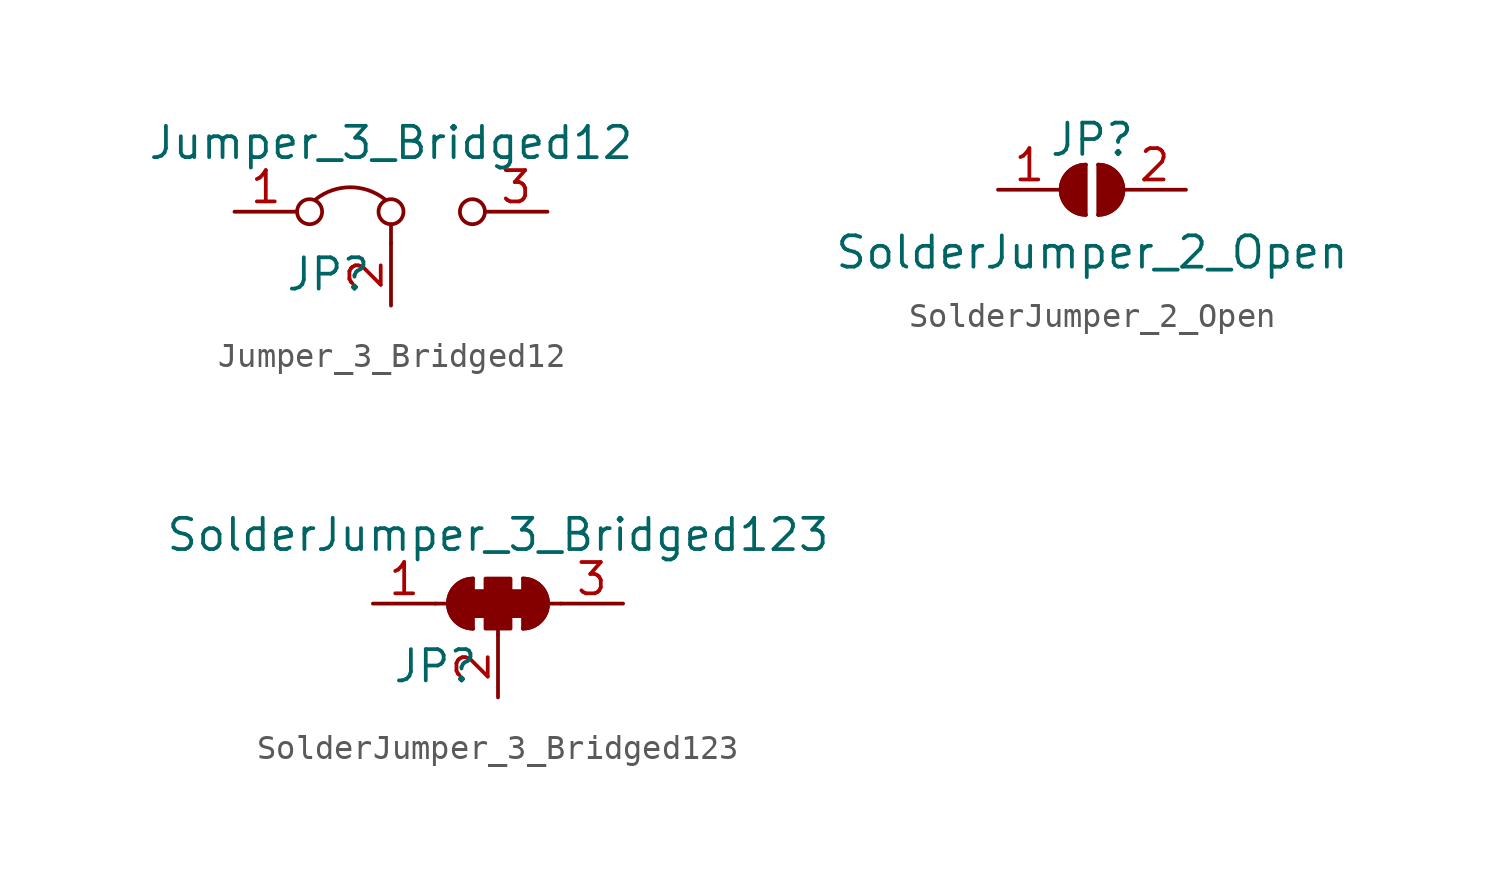
<source format=kicad_sym>
(kicad_symbol_lib
  (version 20201005)
  (generator kicad_symbol_editor)
  (symbol "Jumper_3_Bridged12"
    (pin_names
      (offset 0) hide)
    (property "Reference" "JP"
      (at -2.54 -2.54 0)
      (effects (font (size 1.27 1.27))))
    (property "Value" "Jumper_3_Bridged12"
      (at 0 2.794 0)
      (effects (font (size 1.27 1.27))))
    (symbol "Jumper_3_Bridged12_0_0"
      (circle (center -3.302 0) (radius 0.508) (stroke (width 0)) (fill (type none)))
      (circle (center 0 0) (radius 0.508) (stroke (width 0)) (fill (type none)))
      (circle (center 3.302 0) (radius 0.508) (stroke (width 0)) (fill (type none))))
    (symbol "Jumper_3_Bridged12_0_1"
      (arc (start -3.048 0.508) (end -0.254 0.508) (radius (at -1.651 -1.27) (length 2.2606) (angles 128.2 51.8)) (stroke (width 0)) (fill (type none)))
      (polyline (pts (xy 0 -1.27) (xy 0 -0.508)) (stroke (width 0)) (fill (type none))))
    (symbol "Jumper_3_Bridged12_1_1"
      (pin passive line (at -6.35 0 0) (length 2.54) (name "A" (effects (font (size 1.27 1.27)))) (number "1" (effects (font (size 1.27 1.27)))))
      (pin input line (at 0 -3.81 90) (length 2.54) (name "C" (effects (font (size 1.27 1.27)))) (number "2" (effects (font (size 1.27 1.27)))))
      (pin passive line (at 6.35 0 180) (length 2.54) (name "B" (effects (font (size 1.27 1.27)))) (number "3" (effects (font (size 1.27 1.27)))))))
  (symbol "SolderJumper_2_Open"
    (pin_names
      (offset 0) hide)
    (property "Reference" "JP"
      (at 0 2.032 0)
      (effects (font (size 1.27 1.27))))
    (property "Value" "SolderJumper_2_Open"
      (at 0 -2.54 0)
      (effects (font (size 1.27 1.27))))
    (symbol "SolderJumper_2_Open_0_1"
      (arc (start -0.254 1.016) (end -0.254 -1.016) (radius (at -0.254 0) (length 1.016) (angles 90.1 -90.1)) (stroke (width 0)) (fill (type none)))
      (arc (start -0.254 1.016) (end -0.254 -1.016) (radius (at -0.254 0) (length 1.016) (angles 90.1 -90.1)) (stroke (width 0)) (fill (type outline)))
      (arc (start 0.254 -1.016) (end 0.254 1.016) (radius (at 0.254 0) (length 1.016) (angles -89.9 89.9)) (stroke (width 0)) (fill (type none)))
      (arc (start 0.254 -1.016) (end 0.254 1.016) (radius (at 0.254 0) (length 1.016) (angles -89.9 89.9)) (stroke (width 0)) (fill (type outline)))
      (polyline (pts (xy -0.254 1.016) (xy -0.254 -1.016)) (stroke (width 0)) (fill (type none)))
      (polyline (pts (xy 0.254 1.016) (xy 0.254 -1.016)) (stroke (width 0)) (fill (type none))))
    (symbol "SolderJumper_2_Open_1_1"
      (pin passive line (at -3.81 0 0) (length 2.54) (name "A" (effects (font (size 1.27 1.27)))) (number "1" (effects (font (size 1.27 1.27)))))
      (pin passive line (at 3.81 0 180) (length 2.54) (name "B" (effects (font (size 1.27 1.27)))) (number "2" (effects (font (size 1.27 1.27)))))))
  (symbol "SolderJumper_3_Bridged123"
    (pin_names
      (offset 0) hide)
    (property "Reference" "JP"
      (at -2.54 -2.54 0)
      (effects (font (size 1.27 1.27))))
    (property "Value" "SolderJumper_3_Bridged123"
      (at 0 2.794 0)
      (effects (font (size 1.27 1.27))))
    (symbol "SolderJumper_3_Bridged123_0_1"
      (arc (start -1.016 1.016) (end -1.016 -1.016) (radius (at -1.016 0) (length 1.016) (angles 90.1 -90.1)) (stroke (width 0)) (fill (type none)))
      (arc (start -1.016 1.016) (end -1.016 -1.016) (radius (at -1.016 0) (length 1.016) (angles 90.1 -90.1)) (stroke (width 0)) (fill (type outline)))
      (arc (start 1.016 -1.016) (end 1.016 1.016) (radius (at 1.016 0) (length 1.016) (angles -89.9 89.9)) (stroke (width 0)) (fill (type none)))
      (arc (start 1.016 -1.016) (end 1.016 1.016) (radius (at 1.016 0) (length 1.016) (angles -89.9 89.9)) (stroke (width 0)) (fill (type outline)))
      (rectangle (start -1.016 0.508) (end -0.508 -0.508) (stroke (width 0)) (fill (type outline)))
      (rectangle (start -0.508 1.016) (end 0.508 -1.016) (stroke (width 0)) (fill (type outline)))
      (rectangle (start 0.508 0.508) (end 1.016 -0.508) (stroke (width 0)) (fill (type outline)))
      (polyline (pts (xy -2.54 0) (xy -2.032 0)) (stroke (width 0)) (fill (type none)))
      (polyline (pts (xy -1.016 1.016) (xy -1.016 -1.016)) (stroke (width 0)) (fill (type none)))
      (polyline (pts (xy 0 -1.27) (xy 0 -1.016)) (stroke (width 0)) (fill (type none)))
      (polyline (pts (xy 1.016 1.016) (xy 1.016 -1.016)) (stroke (width 0)) (fill (type none)))
      (polyline (pts (xy 2.54 0) (xy 2.032 0)) (stroke (width 0)) (fill (type none))))
    (symbol "SolderJumper_3_Bridged123_1_1"
      (pin passive line (at -5.08 0 0) (length 2.54) (name "A" (effects (font (size 1.27 1.27)))) (number "1" (effects (font (size 1.27 1.27)))))
      (pin input line (at 0 -3.81 90) (length 2.54) (name "C" (effects (font (size 1.27 1.27)))) (number "2" (effects (font (size 1.27 1.27)))))
      (pin passive line (at 5.08 0 180) (length 2.54) (name "B" (effects (font (size 1.27 1.27)))) (number "3" (effects (font (size 1.27 1.27))))))))
</source>
